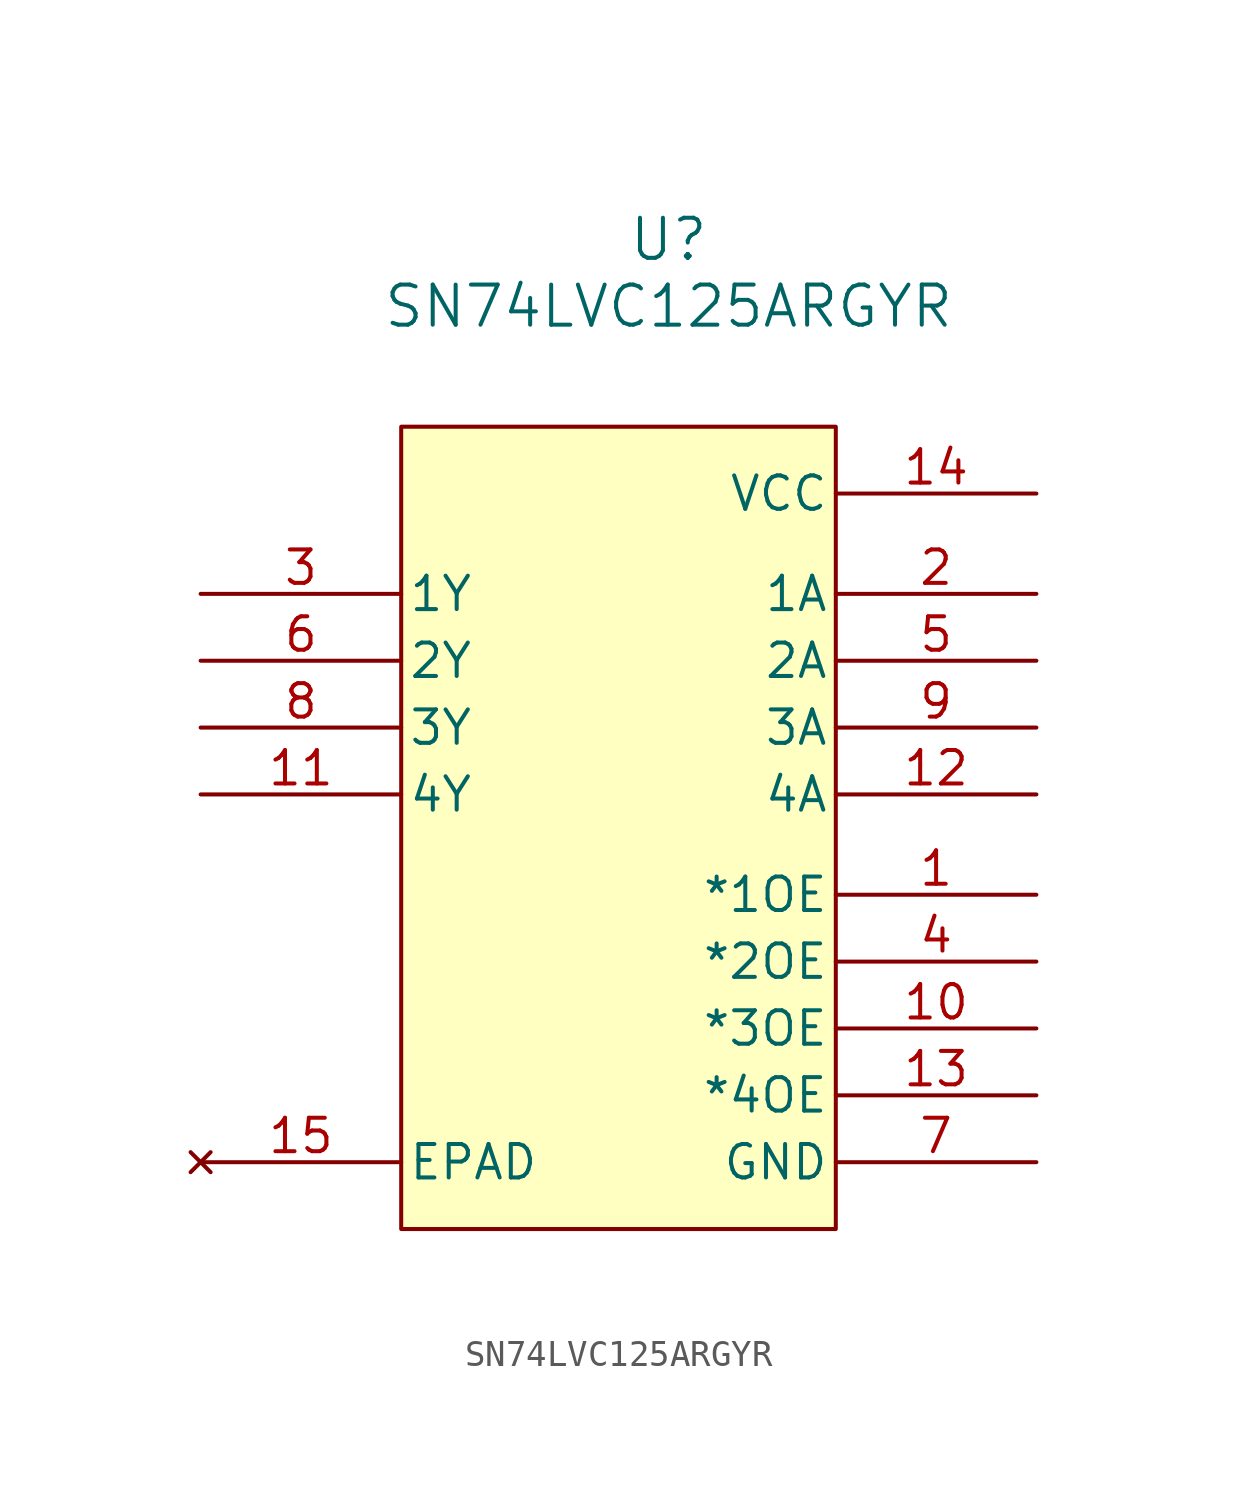
<source format=kicad_sym>
(kicad_symbol_lib
  (version 20241209)
  (generator "kicad_symbol_editor")
  (generator_version "9.0")
  (symbol "SN74LVC125ARGYR"
    (pin_names
      (offset 0.254))
    (property "Reference" "U"
      (at 17.78 9.652 0)
      (effects (font (size 1.524 1.524))))
    (property "Value" "SN74LVC125ARGYR"
      (at 17.78 7.112 0)
      (effects (font (size 1.524 1.524))))
    (property "ki_locked" ""
      (at 0 0 0)
      (effects (font (size 1.27 1.27))))
    (symbol "SN74LVC125ARGYR_0_1"
      (rectangle (start 7.62 2.54) (end 24.13 -27.94) (stroke (width 0) (type default)) (fill (type background)))
      (pin output line (at 0 -3.81 0) (length 7.62) (name "1Y" (effects (font (size 1.27 1.27)))) (number "3" (effects (font (size 1.27 1.27)))))
      (pin output line (at 0 -6.35 0) (length 7.62) (name "2Y" (effects (font (size 1.27 1.27)))) (number "6" (effects (font (size 1.27 1.27)))))
      (pin output line (at 0 -8.89 0) (length 7.62) (name "3Y" (effects (font (size 1.27 1.27)))) (number "8" (effects (font (size 1.27 1.27)))))
      (pin output line (at 0 -11.43 0) (length 7.62) (name "4Y" (effects (font (size 1.27 1.27)))) (number "11" (effects (font (size 1.27 1.27)))))
      (pin power_in line (at 31.75 0 180) (length 7.62) (name "VCC" (effects (font (size 1.27 1.27)))) (number "14" (effects (font (size 1.27 1.27)))))
      (pin input line (at 31.75 -3.81 180) (length 7.62) (name "1A" (effects (font (size 1.27 1.27)))) (number "2" (effects (font (size 1.27 1.27)))))
      (pin input line (at 31.75 -6.35 180) (length 7.62) (name "2A" (effects (font (size 1.27 1.27)))) (number "5" (effects (font (size 1.27 1.27)))))
      (pin input line (at 31.75 -8.89 180) (length 7.62) (name "3A" (effects (font (size 1.27 1.27)))) (number "9" (effects (font (size 1.27 1.27)))))
      (pin input line (at 31.75 -11.43 180) (length 7.62) (name "4A" (effects (font (size 1.27 1.27)))) (number "12" (effects (font (size 1.27 1.27)))))
      (pin input line (at 31.75 -15.24 180) (length 7.62) (name "*1OE" (effects (font (size 1.27 1.27)))) (number "1" (effects (font (size 1.27 1.27)))))
      (pin input line (at 31.75 -17.78 180) (length 7.62) (name "*2OE" (effects (font (size 1.27 1.27)))) (number "4" (effects (font (size 1.27 1.27)))))
      (pin input line (at 31.75 -20.32 180) (length 7.62) (name "*3OE" (effects (font (size 1.27 1.27)))) (number "10" (effects (font (size 1.27 1.27)))))
      (pin input line (at 31.75 -22.86 180) (length 7.62) (name "*4OE" (effects (font (size 1.27 1.27)))) (number "13" (effects (font (size 1.27 1.27)))))
      (pin power_in line (at 31.75 -25.4 180) (length 7.62) (name "GND" (effects (font (size 1.27 1.27)))) (number "7" (effects (font (size 1.27 1.27))))))
    (symbol "SN74LVC125ARGYR_1_1"
      (pin no_connect line (at 0 -25.4 0) (length 7.62) (name "EPAD" (effects (font (size 1.27 1.27)))) (number "15" (effects (font (size 1.27 1.27))))))))
</source>
